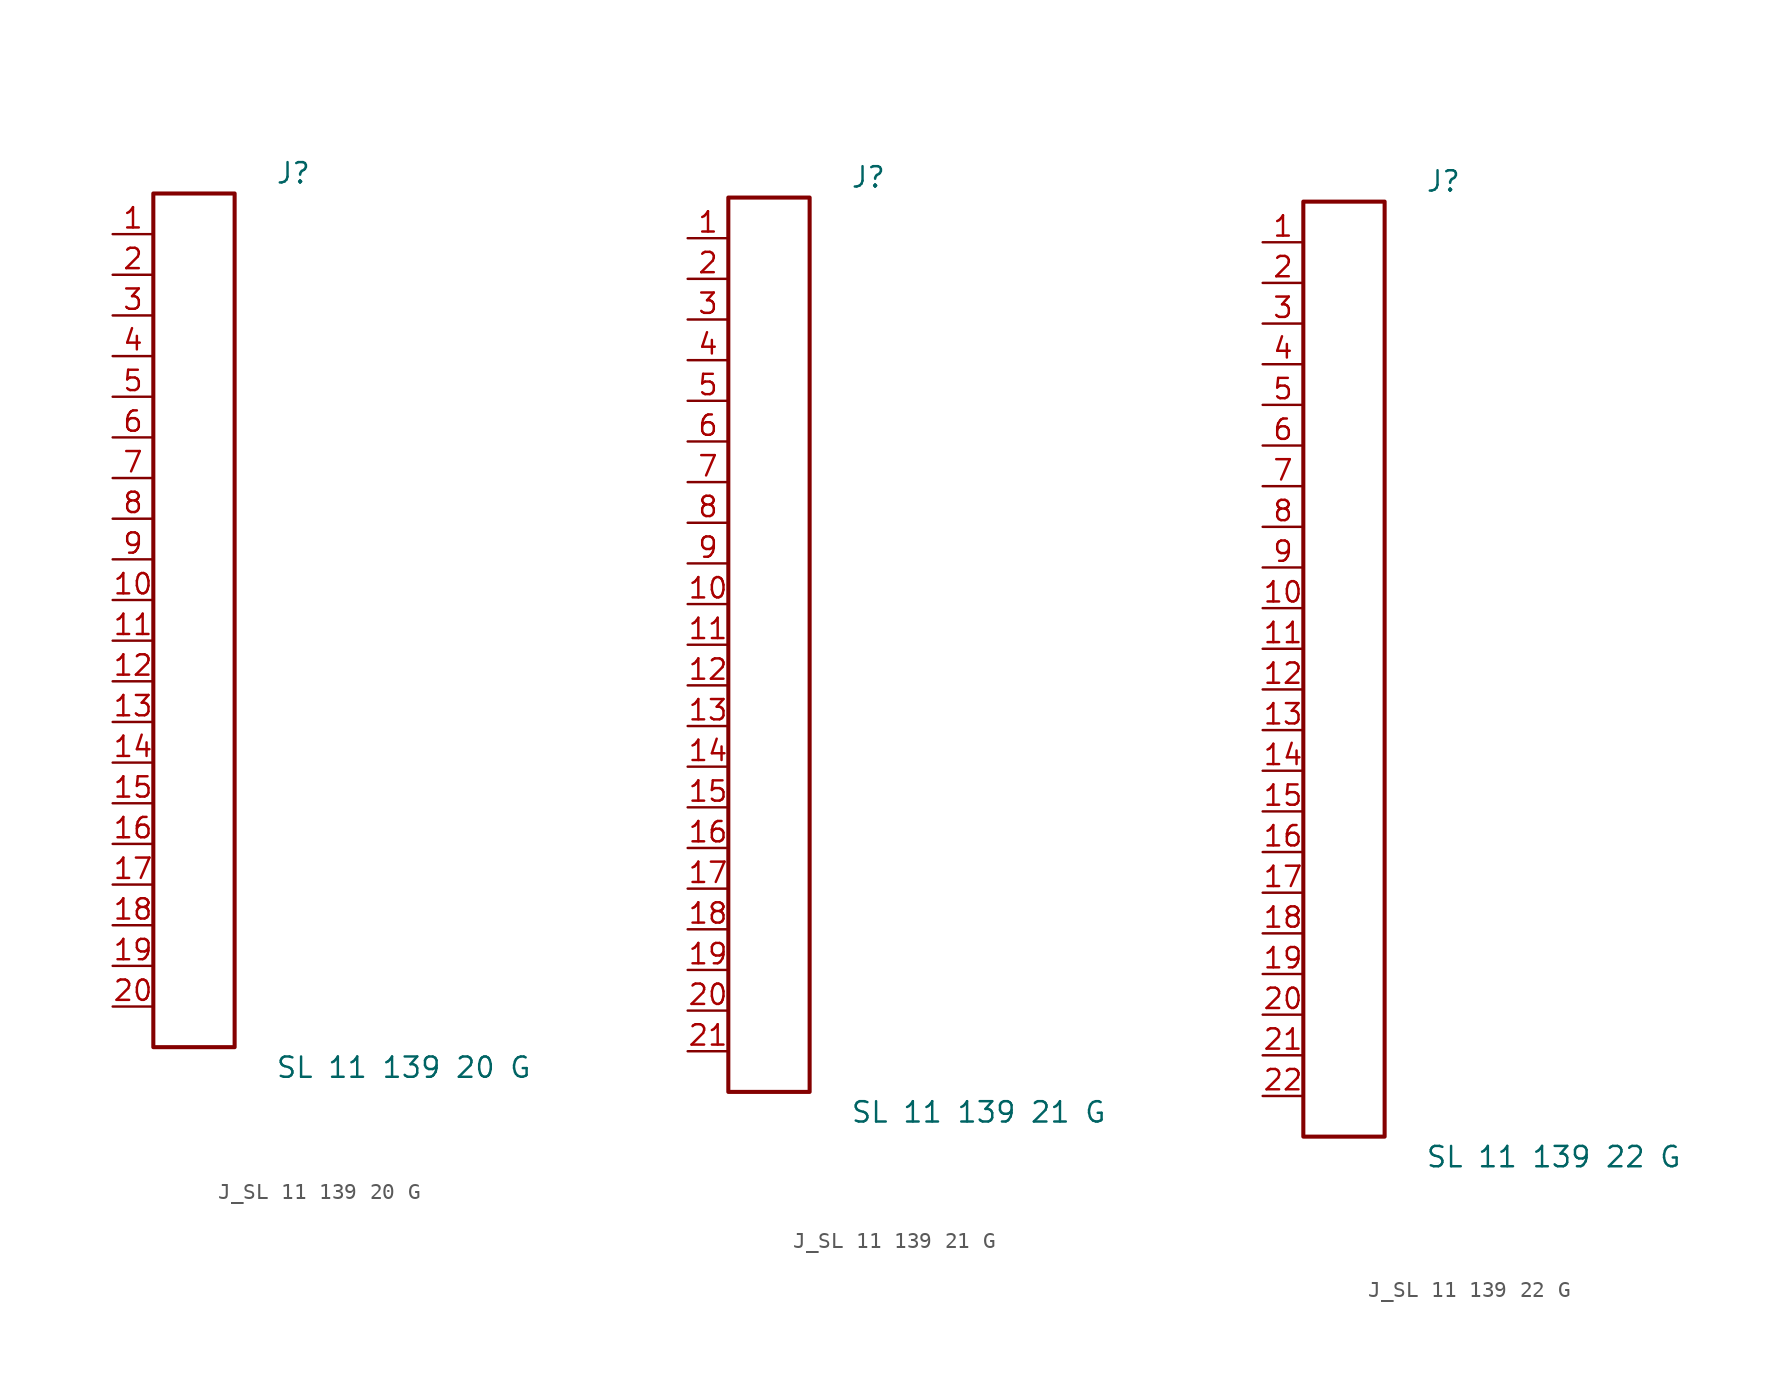
<source format=kicad_sym>
(kicad_symbol_lib
  (version 20231120)
  (generator kicad_symbol_editor)
  (generator_version 8.0)
  (symbol "J_SL 11 139 20 G"
    (pin_names
      (offset 0.254))
    (property "Reference" "J"
      (at 5.08 27.94 0)
      (effects (font (size 1.27 1.27)) (justify left)))
    (property "Value" "SL 11 139 20 G"
      (at 5.08 -27.94 0)
      (effects (font (size 1.27 1.27)) (justify left)))
    (symbol "J_SL 11 139 20 G_0_0"
      (pin unspecified line (at -5.08 24.13 0) (length 2.54) (name "" (effects (font (size 1.27 1.27)))) (number "1" (effects (font (size 1.27 1.27)))))
      (pin unspecified line (at -5.08 21.59 0) (length 2.54) (name "" (effects (font (size 1.27 1.27)))) (number "2" (effects (font (size 1.27 1.27)))))
      (pin unspecified line (at -5.08 19.05 0) (length 2.54) (name "" (effects (font (size 1.27 1.27)))) (number "3" (effects (font (size 1.27 1.27)))))
      (pin unspecified line (at -5.08 16.51 0) (length 2.54) (name "" (effects (font (size 1.27 1.27)))) (number "4" (effects (font (size 1.27 1.27)))))
      (pin unspecified line (at -5.08 13.97 0) (length 2.54) (name "" (effects (font (size 1.27 1.27)))) (number "5" (effects (font (size 1.27 1.27)))))
      (pin unspecified line (at -5.08 11.43 0) (length 2.54) (name "" (effects (font (size 1.27 1.27)))) (number "6" (effects (font (size 1.27 1.27)))))
      (pin unspecified line (at -5.08 8.89 0) (length 2.54) (name "" (effects (font (size 1.27 1.27)))) (number "7" (effects (font (size 1.27 1.27)))))
      (pin unspecified line (at -5.08 6.35 0) (length 2.54) (name "" (effects (font (size 1.27 1.27)))) (number "8" (effects (font (size 1.27 1.27)))))
      (pin unspecified line (at -5.08 3.81 0) (length 2.54) (name "" (effects (font (size 1.27 1.27)))) (number "9" (effects (font (size 1.27 1.27)))))
      (pin unspecified line (at -5.08 1.27 0) (length 2.54) (name "" (effects (font (size 1.27 1.27)))) (number "10" (effects (font (size 1.27 1.27)))))
      (pin unspecified line (at -5.08 -1.27 0) (length 2.54) (name "" (effects (font (size 1.27 1.27)))) (number "11" (effects (font (size 1.27 1.27)))))
      (pin unspecified line (at -5.08 -3.81 0) (length 2.54) (name "" (effects (font (size 1.27 1.27)))) (number "12" (effects (font (size 1.27 1.27)))))
      (pin unspecified line (at -5.08 -6.35 0) (length 2.54) (name "" (effects (font (size 1.27 1.27)))) (number "13" (effects (font (size 1.27 1.27)))))
      (pin unspecified line (at -5.08 -8.89 0) (length 2.54) (name "" (effects (font (size 1.27 1.27)))) (number "14" (effects (font (size 1.27 1.27)))))
      (pin unspecified line (at -5.08 -11.43 0) (length 2.54) (name "" (effects (font (size 1.27 1.27)))) (number "15" (effects (font (size 1.27 1.27)))))
      (pin unspecified line (at -5.08 -13.97 0) (length 2.54) (name "" (effects (font (size 1.27 1.27)))) (number "16" (effects (font (size 1.27 1.27)))))
      (pin unspecified line (at -5.08 -16.51 0) (length 2.54) (name "" (effects (font (size 1.27 1.27)))) (number "17" (effects (font (size 1.27 1.27)))))
      (pin unspecified line (at -5.08 -19.05 0) (length 2.54) (name "" (effects (font (size 1.27 1.27)))) (number "18" (effects (font (size 1.27 1.27)))))
      (pin unspecified line (at -5.08 -21.59 0) (length 2.54) (name "" (effects (font (size 1.27 1.27)))) (number "19" (effects (font (size 1.27 1.27)))))
      (pin unspecified line (at -5.08 -24.13 0) (length 2.54) (name "" (effects (font (size 1.27 1.27)))) (number "20" (effects (font (size 1.27 1.27))))))
    (symbol "J_SL 11 139 20 G_1_0"
      (rectangle (start -2.54 26.67) (end 2.54 -26.67) (stroke (width 0.254) (type solid)) (fill (type none)))))
  (symbol "J_SL 11 139 21 G"
    (pin_names
      (offset 0.254))
    (property "Reference" "J"
      (at 5.08 29.21 0)
      (effects (font (size 1.27 1.27)) (justify left)))
    (property "Value" "SL 11 139 21 G"
      (at 5.08 -29.21 0)
      (effects (font (size 1.27 1.27)) (justify left)))
    (symbol "J_SL 11 139 21 G_0_0"
      (pin unspecified line (at -5.08 25.4 0) (length 2.54) (name "" (effects (font (size 1.27 1.27)))) (number "1" (effects (font (size 1.27 1.27)))))
      (pin unspecified line (at -5.08 22.86 0) (length 2.54) (name "" (effects (font (size 1.27 1.27)))) (number "2" (effects (font (size 1.27 1.27)))))
      (pin unspecified line (at -5.08 20.32 0) (length 2.54) (name "" (effects (font (size 1.27 1.27)))) (number "3" (effects (font (size 1.27 1.27)))))
      (pin unspecified line (at -5.08 17.78 0) (length 2.54) (name "" (effects (font (size 1.27 1.27)))) (number "4" (effects (font (size 1.27 1.27)))))
      (pin unspecified line (at -5.08 15.24 0) (length 2.54) (name "" (effects (font (size 1.27 1.27)))) (number "5" (effects (font (size 1.27 1.27)))))
      (pin unspecified line (at -5.08 12.7 0) (length 2.54) (name "" (effects (font (size 1.27 1.27)))) (number "6" (effects (font (size 1.27 1.27)))))
      (pin unspecified line (at -5.08 10.16 0) (length 2.54) (name "" (effects (font (size 1.27 1.27)))) (number "7" (effects (font (size 1.27 1.27)))))
      (pin unspecified line (at -5.08 7.62 0) (length 2.54) (name "" (effects (font (size 1.27 1.27)))) (number "8" (effects (font (size 1.27 1.27)))))
      (pin unspecified line (at -5.08 5.08 0) (length 2.54) (name "" (effects (font (size 1.27 1.27)))) (number "9" (effects (font (size 1.27 1.27)))))
      (pin unspecified line (at -5.08 2.54 0) (length 2.54) (name "" (effects (font (size 1.27 1.27)))) (number "10" (effects (font (size 1.27 1.27)))))
      (pin unspecified line (at -5.08 0.0 0) (length 2.54) (name "" (effects (font (size 1.27 1.27)))) (number "11" (effects (font (size 1.27 1.27)))))
      (pin unspecified line (at -5.08 -2.54 0) (length 2.54) (name "" (effects (font (size 1.27 1.27)))) (number "12" (effects (font (size 1.27 1.27)))))
      (pin unspecified line (at -5.08 -5.08 0) (length 2.54) (name "" (effects (font (size 1.27 1.27)))) (number "13" (effects (font (size 1.27 1.27)))))
      (pin unspecified line (at -5.08 -7.62 0) (length 2.54) (name "" (effects (font (size 1.27 1.27)))) (number "14" (effects (font (size 1.27 1.27)))))
      (pin unspecified line (at -5.08 -10.16 0) (length 2.54) (name "" (effects (font (size 1.27 1.27)))) (number "15" (effects (font (size 1.27 1.27)))))
      (pin unspecified line (at -5.08 -12.7 0) (length 2.54) (name "" (effects (font (size 1.27 1.27)))) (number "16" (effects (font (size 1.27 1.27)))))
      (pin unspecified line (at -5.08 -15.24 0) (length 2.54) (name "" (effects (font (size 1.27 1.27)))) (number "17" (effects (font (size 1.27 1.27)))))
      (pin unspecified line (at -5.08 -17.78 0) (length 2.54) (name "" (effects (font (size 1.27 1.27)))) (number "18" (effects (font (size 1.27 1.27)))))
      (pin unspecified line (at -5.08 -20.32 0) (length 2.54) (name "" (effects (font (size 1.27 1.27)))) (number "19" (effects (font (size 1.27 1.27)))))
      (pin unspecified line (at -5.08 -22.86 0) (length 2.54) (name "" (effects (font (size 1.27 1.27)))) (number "20" (effects (font (size 1.27 1.27)))))
      (pin unspecified line (at -5.08 -25.4 0) (length 2.54) (name "" (effects (font (size 1.27 1.27)))) (number "21" (effects (font (size 1.27 1.27))))))
    (symbol "J_SL 11 139 21 G_1_0"
      (rectangle (start -2.54 27.94) (end 2.54 -27.94) (stroke (width 0.254) (type solid)) (fill (type none)))))
  (symbol "J_SL 11 139 22 G"
    (pin_names
      (offset 0.254))
    (property "Reference" "J"
      (at 5.08 30.48 0)
      (effects (font (size 1.27 1.27)) (justify left)))
    (property "Value" "SL 11 139 22 G"
      (at 5.08 -30.48 0)
      (effects (font (size 1.27 1.27)) (justify left)))
    (symbol "J_SL 11 139 22 G_0_0"
      (pin unspecified line (at -5.08 26.67 0) (length 2.54) (name "" (effects (font (size 1.27 1.27)))) (number "1" (effects (font (size 1.27 1.27)))))
      (pin unspecified line (at -5.08 24.13 0) (length 2.54) (name "" (effects (font (size 1.27 1.27)))) (number "2" (effects (font (size 1.27 1.27)))))
      (pin unspecified line (at -5.08 21.59 0) (length 2.54) (name "" (effects (font (size 1.27 1.27)))) (number "3" (effects (font (size 1.27 1.27)))))
      (pin unspecified line (at -5.08 19.05 0) (length 2.54) (name "" (effects (font (size 1.27 1.27)))) (number "4" (effects (font (size 1.27 1.27)))))
      (pin unspecified line (at -5.08 16.51 0) (length 2.54) (name "" (effects (font (size 1.27 1.27)))) (number "5" (effects (font (size 1.27 1.27)))))
      (pin unspecified line (at -5.08 13.97 0) (length 2.54) (name "" (effects (font (size 1.27 1.27)))) (number "6" (effects (font (size 1.27 1.27)))))
      (pin unspecified line (at -5.08 11.43 0) (length 2.54) (name "" (effects (font (size 1.27 1.27)))) (number "7" (effects (font (size 1.27 1.27)))))
      (pin unspecified line (at -5.08 8.89 0) (length 2.54) (name "" (effects (font (size 1.27 1.27)))) (number "8" (effects (font (size 1.27 1.27)))))
      (pin unspecified line (at -5.08 6.35 0) (length 2.54) (name "" (effects (font (size 1.27 1.27)))) (number "9" (effects (font (size 1.27 1.27)))))
      (pin unspecified line (at -5.08 3.81 0) (length 2.54) (name "" (effects (font (size 1.27 1.27)))) (number "10" (effects (font (size 1.27 1.27)))))
      (pin unspecified line (at -5.08 1.27 0) (length 2.54) (name "" (effects (font (size 1.27 1.27)))) (number "11" (effects (font (size 1.27 1.27)))))
      (pin unspecified line (at -5.08 -1.27 0) (length 2.54) (name "" (effects (font (size 1.27 1.27)))) (number "12" (effects (font (size 1.27 1.27)))))
      (pin unspecified line (at -5.08 -3.81 0) (length 2.54) (name "" (effects (font (size 1.27 1.27)))) (number "13" (effects (font (size 1.27 1.27)))))
      (pin unspecified line (at -5.08 -6.35 0) (length 2.54) (name "" (effects (font (size 1.27 1.27)))) (number "14" (effects (font (size 1.27 1.27)))))
      (pin unspecified line (at -5.08 -8.89 0) (length 2.54) (name "" (effects (font (size 1.27 1.27)))) (number "15" (effects (font (size 1.27 1.27)))))
      (pin unspecified line (at -5.08 -11.43 0) (length 2.54) (name "" (effects (font (size 1.27 1.27)))) (number "16" (effects (font (size 1.27 1.27)))))
      (pin unspecified line (at -5.08 -13.97 0) (length 2.54) (name "" (effects (font (size 1.27 1.27)))) (number "17" (effects (font (size 1.27 1.27)))))
      (pin unspecified line (at -5.08 -16.51 0) (length 2.54) (name "" (effects (font (size 1.27 1.27)))) (number "18" (effects (font (size 1.27 1.27)))))
      (pin unspecified line (at -5.08 -19.05 0) (length 2.54) (name "" (effects (font (size 1.27 1.27)))) (number "19" (effects (font (size 1.27 1.27)))))
      (pin unspecified line (at -5.08 -21.59 0) (length 2.54) (name "" (effects (font (size 1.27 1.27)))) (number "20" (effects (font (size 1.27 1.27)))))
      (pin unspecified line (at -5.08 -24.13 0) (length 2.54) (name "" (effects (font (size 1.27 1.27)))) (number "21" (effects (font (size 1.27 1.27)))))
      (pin unspecified line (at -5.08 -26.67 0) (length 2.54) (name "" (effects (font (size 1.27 1.27)))) (number "22" (effects (font (size 1.27 1.27))))))
    (symbol "J_SL 11 139 22 G_1_0"
      (rectangle (start -2.54 29.21) (end 2.54 -29.21) (stroke (width 0.254) (type solid)) (fill (type none))))))
</source>
